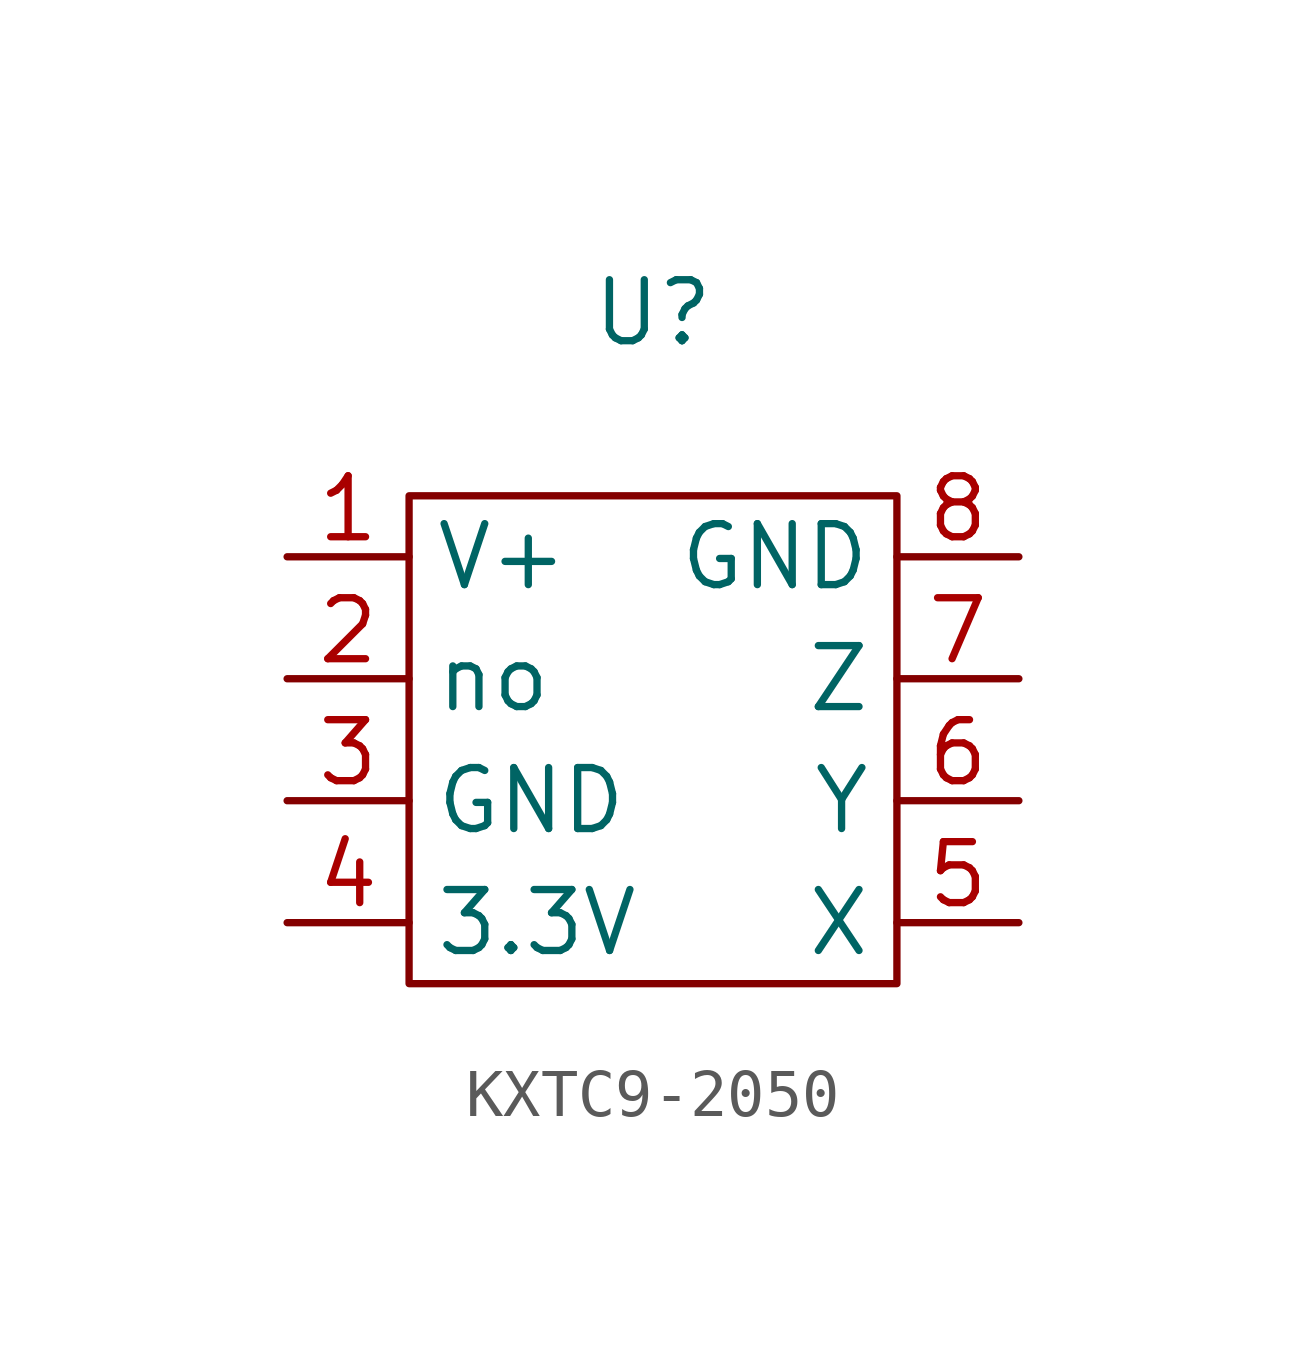
<source format=kicad_sym>
(kicad_symbol_lib
  (version 20220914)
  (generator kicad_symbol_editor)
  (symbol "KXTC9-2050"
    (property "Reference" "U"
      (at 0 3.81 0)
      (effects (font (size 1.27 1.27))))
    (property "Value" ""
      (at 0 0 0)
      (effects (font (size 1.27 1.27))))
    (symbol "KXTC9-2050_1_1"
      (text_box "" (at -5.08 0 0) (size 10.16 -10.16) (stroke (width 0) (type default)) (fill (type none)) (effects (font (size 1.27 1.27)) (justify left top)))
      (pin input line (at -7.62 -1.27 0) (length 2.54) (name "V+" (effects (font (size 1.27 1.27)))) (number "1" (effects (font (size 1.27 1.27)))))
      (pin input line (at -7.62 -3.81 0) (length 2.54) (name "no" (effects (font (size 1.27 1.27)))) (number "2" (effects (font (size 1.27 1.27)))))
      (pin input line (at -7.62 -6.35 0) (length 2.54) (name "GND" (effects (font (size 1.27 1.27)))) (number "3" (effects (font (size 1.27 1.27)))))
      (pin input line (at -7.62 -8.89 0) (length 2.54) (name "3.3V" (effects (font (size 1.27 1.27)))) (number "4" (effects (font (size 1.27 1.27)))))
      (pin input line (at 7.62 -8.89 180) (length 2.54) (name "X" (effects (font (size 1.27 1.27)))) (number "5" (effects (font (size 1.27 1.27)))))
      (pin input line (at 7.62 -6.35 180) (length 2.54) (name "Y" (effects (font (size 1.27 1.27)))) (number "6" (effects (font (size 1.27 1.27)))))
      (pin input line (at 7.62 -3.81 180) (length 2.54) (name "Z" (effects (font (size 1.27 1.27)))) (number "7" (effects (font (size 1.27 1.27)))))
      (pin input line (at 7.62 -1.27 180) (length 2.54) (name "GND" (effects (font (size 1.27 1.27)))) (number "8" (effects (font (size 1.27 1.27))))))))
</source>
